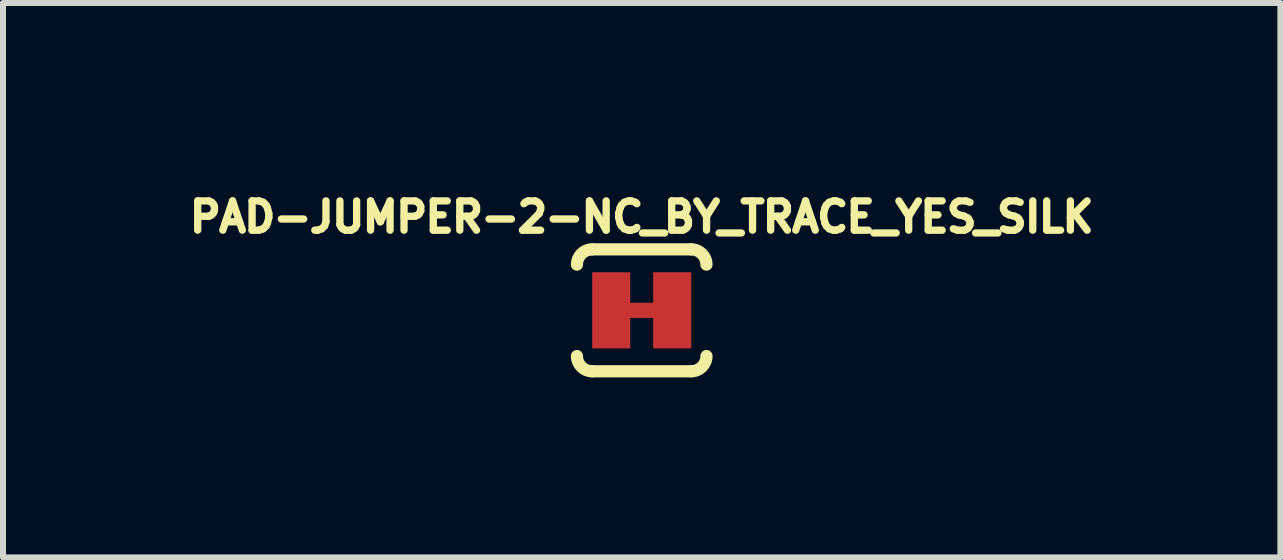
<source format=kicad_pcb>
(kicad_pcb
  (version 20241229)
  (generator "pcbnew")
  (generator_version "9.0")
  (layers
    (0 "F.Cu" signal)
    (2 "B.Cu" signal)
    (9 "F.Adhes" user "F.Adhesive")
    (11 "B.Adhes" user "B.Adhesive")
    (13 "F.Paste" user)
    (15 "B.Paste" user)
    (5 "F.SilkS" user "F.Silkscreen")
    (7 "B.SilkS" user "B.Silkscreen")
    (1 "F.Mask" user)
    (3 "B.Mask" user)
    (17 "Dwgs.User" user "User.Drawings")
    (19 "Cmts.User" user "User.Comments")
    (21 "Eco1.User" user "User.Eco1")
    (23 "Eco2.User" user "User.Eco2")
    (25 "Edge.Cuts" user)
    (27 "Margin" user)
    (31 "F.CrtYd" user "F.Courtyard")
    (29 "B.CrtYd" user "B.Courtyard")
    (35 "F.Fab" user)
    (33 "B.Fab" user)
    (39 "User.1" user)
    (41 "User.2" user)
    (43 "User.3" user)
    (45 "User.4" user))
  (footprint "PAD-JUMPER-2-NC_BY_TRACE_YES_SILK"
    (layer "F.Cu")
    (at 7.647 2.123)
    (property "Reference" "PAD-JUMPER-2-NC_BY_TRACE_YES_SILK" (at 0 -1.27 0) (layer "F.SilkS") (effects (font (size 0.488 0.488) (thickness 0.122)) (justify bottom)))
    (fp_line (start -0.381 0) (end 0.381 0) (stroke (width 0.254) (type solid)) (layer "F.Cu"))
    (fp_line (start -0.826 -1.016) (end 0.826 -1.016) (stroke (width 0.203) (type solid)) (layer "F.SilkS"))
    (fp_line (start 0.826 1.016) (end -0.826 1.016) (stroke (width 0.203) (type solid)) (layer "F.SilkS"))
    (fp_arc (start -1.0795 -0.762) (mid -1.005105 -0.941605) (end -0.8255 -1.016) (stroke (width 0.2032) (type solid)) (layer "F.SilkS"))
    (fp_arc (start -0.8255 1.016) (mid -1.005105 0.941605) (end -1.0795 0.762) (stroke (width 0.2032) (type solid)) (layer "F.SilkS"))
    (fp_arc (start 0.8255 -1.016) (mid 1.005105 -0.941605) (end 1.0795 -0.762) (stroke (width 0.2032) (type solid)) (layer "F.SilkS"))
    (fp_arc (start 1.0795 0.762) (mid 1.005105 0.941605) (end 0.8255 1.016) (stroke (width 0.2032) (type solid)) (layer "F.SilkS"))
    (pad "1" smd rect (at -0.508 0) (size 0.635 1.27) (layers "F.Cu" "F.Mask"))
    (pad "2" smd rect (at 0.508 0) (size 0.635 1.27) (layers "F.Cu" "F.Mask")))
  (gr_rect
    (start -3 -3)
    (end 18.293 6.241)
    (stroke (width 0.1) (type default))
    (fill no)
    (layer "Edge.Cuts")))
</source>
